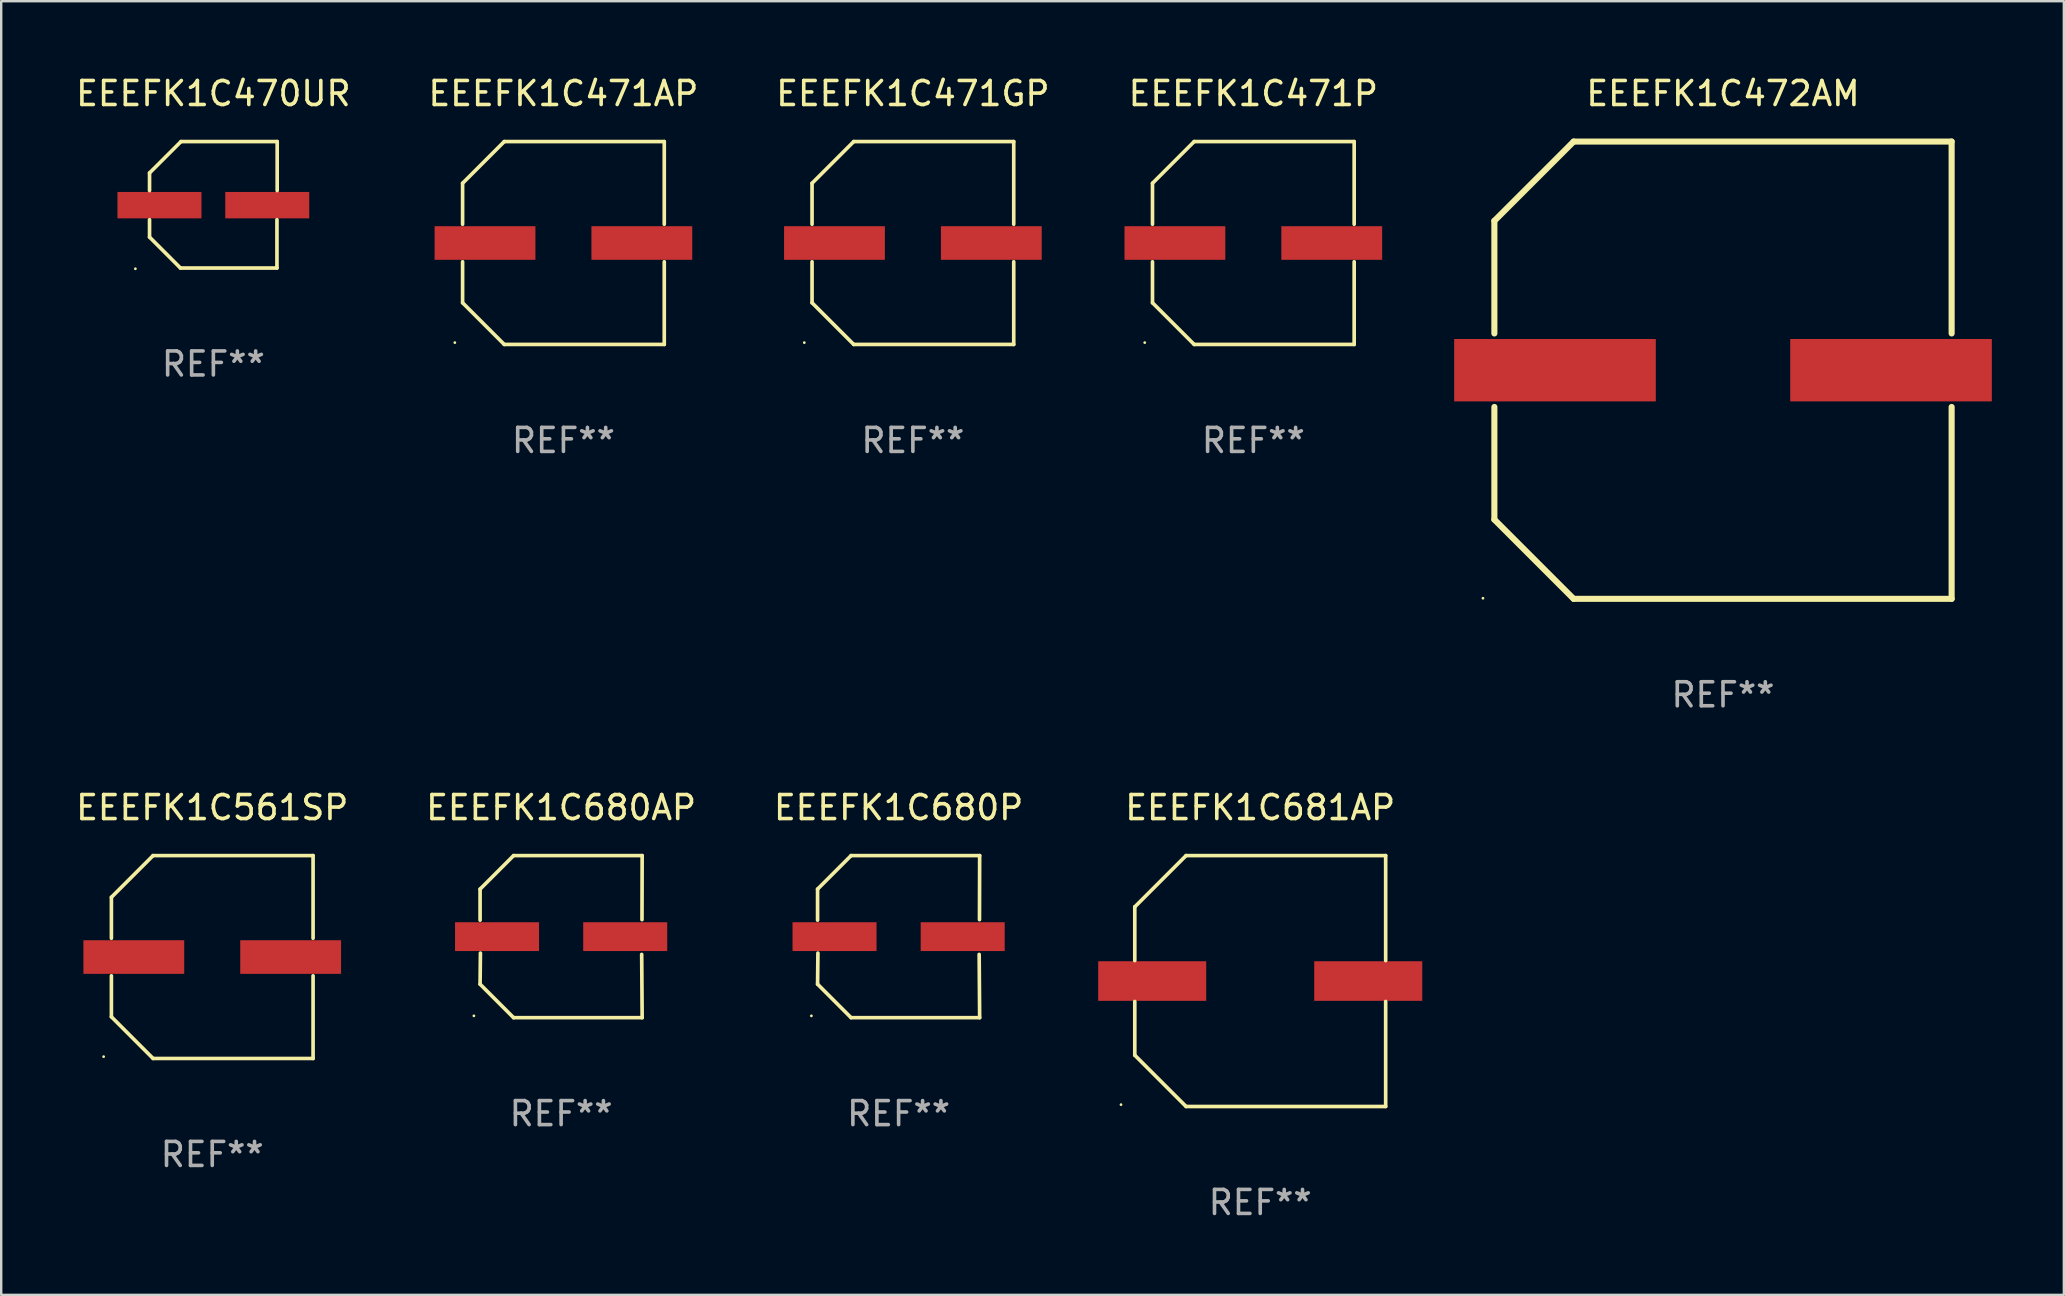
<source format=kicad_pcb>
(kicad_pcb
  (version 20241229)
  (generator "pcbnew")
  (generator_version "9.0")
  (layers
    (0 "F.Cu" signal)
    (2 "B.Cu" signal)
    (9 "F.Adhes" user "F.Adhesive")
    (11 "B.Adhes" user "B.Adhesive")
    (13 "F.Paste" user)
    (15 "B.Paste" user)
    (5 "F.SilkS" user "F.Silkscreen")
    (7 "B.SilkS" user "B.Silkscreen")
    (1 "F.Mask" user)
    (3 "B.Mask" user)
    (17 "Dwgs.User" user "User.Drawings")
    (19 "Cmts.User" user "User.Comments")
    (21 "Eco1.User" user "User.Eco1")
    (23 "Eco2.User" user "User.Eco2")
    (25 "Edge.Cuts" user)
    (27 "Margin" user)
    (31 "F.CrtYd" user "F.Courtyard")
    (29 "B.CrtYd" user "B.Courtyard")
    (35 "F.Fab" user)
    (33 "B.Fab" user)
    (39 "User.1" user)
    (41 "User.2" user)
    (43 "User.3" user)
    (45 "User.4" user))
  (footprint "EEEFK1C561SP"
    (layer "F.Cu")
    (at 5.792 36.821)
    (property "Reference" "EEEFK1C561SP" (at 0 -6.226 0) (layer "F.SilkS") (effects (font (size 1 1) (thickness 0.15))))
    (attr through_hole)
    (fp_line (start -4.201 -2.49) (end -4.201 -0.782) (stroke (width 0.152) (type solid)) (layer "F.SilkS"))
    (fp_line (start -4.201 2.49) (end -4.201 0.782) (stroke (width 0.152) (type solid)) (layer "F.SilkS"))
    (fp_line (start -2.465 -4.226) (end -4.201 -2.49) (stroke (width 0.152) (type solid)) (layer "F.SilkS"))
    (fp_line (start -2.465 4.226) (end -4.201 2.49) (stroke (width 0.152) (type solid)) (layer "F.SilkS"))
    (fp_line (start 4.201 -4.226) (end -2.465 -4.226) (stroke (width 0.152) (type solid)) (layer "F.SilkS"))
    (fp_line (start 4.201 -0.782) (end 4.201 -4.226) (stroke (width 0.152) (type solid)) (layer "F.SilkS"))
    (fp_line (start 4.201 0.782) (end 4.201 4.226) (stroke (width 0.152) (type solid)) (layer "F.SilkS"))
    (fp_line (start 4.201 4.226) (end -2.465 4.226) (stroke (width 0.152) (type solid)) (layer "F.SilkS"))
    (fp_circle (center -4.524 4.15) (end -4.494 4.15) (stroke (width 0.06) (type solid)) (fill no) (layer "F.SilkS"))
    (fp_text user "REF**" (at 0 8.226 0) (layer "F.Fab") (effects (font (size 1 1) (thickness 0.15))))
    (pad "1" smd rect (at -3.267 0) (size 4.2 1.4) (layers "F.Cu" "F.Mask" "F.Paste"))
    (pad "2" smd rect (at 3.267 0) (size 4.2 1.4) (layers "F.Cu" "F.Mask" "F.Paste")))
  (footprint "EEEFK1C470UR"
    (layer "F.Cu")
    (at 5.839 5.482)
    (property "Reference" "EEEFK1C470UR" (at 0 -4.634 0) (layer "F.SilkS") (effects (font (size 1 1) (thickness 0.15))))
    (attr through_hole)
    (fp_line (start -2.659 -1.326) (end -2.659 -0.592) (stroke (width 0.152) (type solid)) (layer "F.SilkS"))
    (fp_line (start -2.659 1.346) (end -2.659 0.622) (stroke (width 0.152) (type solid)) (layer "F.SilkS"))
    (fp_line (start -1.372 2.634) (end -2.659 1.346) (stroke (width 0.152) (type solid)) (layer "F.SilkS"))
    (fp_line (start -1.349 -2.634) (end -2.659 -1.326) (stroke (width 0.152) (type solid)) (layer "F.SilkS"))
    (fp_line (start 2.649 0.622) (end 2.649 2.634) (stroke (width 0.152) (type solid)) (layer "F.SilkS"))
    (fp_line (start 2.649 2.634) (end -1.372 2.634) (stroke (width 0.152) (type solid)) (layer "F.SilkS"))
    (fp_line (start 2.659 -2.634) (end -1.349 -2.634) (stroke (width 0.152) (type solid)) (layer "F.SilkS"))
    (fp_line (start 2.659 -0.592) (end 2.659 -2.634) (stroke (width 0.152) (type solid)) (layer "F.SilkS"))
    (fp_circle (center -3.249 2.665) (end -3.219 2.665) (stroke (width 0.06) (type solid)) (fill no) (layer "F.SilkS"))
    (fp_text user "REF**" (at 0 6.634 0) (layer "F.Fab") (effects (font (size 1 1) (thickness 0.15))))
    (pad "1" smd rect (at -2.245 0.015) (size 3.5 1.1) (layers "F.Cu" "F.Mask" "F.Paste"))
    (pad "2" smd rect (at 2.245 0.015) (size 3.5 1.1) (layers "F.Cu" "F.Mask" "F.Paste")))
  (footprint "EEEFK1C471GP"
    (layer "F.Cu")
    (at 34.982 7.074)
    (property "Reference" "EEEFK1C471GP" (at 0 -6.226 0) (layer "F.SilkS") (effects (font (size 1 1) (thickness 0.15))))
    (attr through_hole)
    (fp_line (start -4.201 -2.49) (end -4.201 -0.782) (stroke (width 0.152) (type solid)) (layer "F.SilkS"))
    (fp_line (start -4.201 2.49) (end -4.201 0.782) (stroke (width 0.152) (type solid)) (layer "F.SilkS"))
    (fp_line (start -2.465 -4.226) (end -4.201 -2.49) (stroke (width 0.152) (type solid)) (layer "F.SilkS"))
    (fp_line (start -2.465 4.226) (end -4.201 2.49) (stroke (width 0.152) (type solid)) (layer "F.SilkS"))
    (fp_line (start 4.201 -4.226) (end -2.465 -4.226) (stroke (width 0.152) (type solid)) (layer "F.SilkS"))
    (fp_line (start 4.201 -0.782) (end 4.201 -4.226) (stroke (width 0.152) (type solid)) (layer "F.SilkS"))
    (fp_line (start 4.201 0.782) (end 4.201 4.226) (stroke (width 0.152) (type solid)) (layer "F.SilkS"))
    (fp_line (start 4.201 4.226) (end -2.465 4.226) (stroke (width 0.152) (type solid)) (layer "F.SilkS"))
    (fp_circle (center -4.524 4.15) (end -4.494 4.15) (stroke (width 0.06) (type solid)) (fill no) (layer "F.SilkS"))
    (fp_text user "REF**" (at 0 8.226 0) (layer "F.Fab") (effects (font (size 1 1) (thickness 0.15))))
    (pad "1" smd rect (at -3.267 0) (size 4.2 1.4) (layers "F.Cu" "F.Mask" "F.Paste"))
    (pad "2" smd rect (at 3.267 0) (size 4.2 1.4) (layers "F.Cu" "F.Mask" "F.Paste")))
  (footprint "EEEFK1C680P"
    (layer "F.Cu")
    (at 34.387 35.971)
    (property "Reference" "EEEFK1C680P" (at 0 -5.376 0) (layer "F.SilkS") (effects (font (size 1 1) (thickness 0.15))))
    (attr through_hole)
    (fp_line (start -3.376 -1.98) (end -3.376 -0.686) (stroke (width 0.152) (type solid)) (layer "F.SilkS"))
    (fp_line (start -3.376 1.981) (end -3.362 0.686) (stroke (width 0.152) (type solid)) (layer "F.SilkS"))
    (fp_line (start -1.981 3.376) (end -3.376 1.981) (stroke (width 0.152) (type solid)) (layer "F.SilkS"))
    (fp_line (start -1.98 -3.376) (end -3.376 -1.98) (stroke (width 0.152) (type solid)) (layer "F.SilkS"))
    (fp_line (start 3.356 0.74) (end 3.376 3.376) (stroke (width 0.152) (type solid)) (layer "F.SilkS"))
    (fp_line (start 3.369 -0.707) (end 3.376 -3.376) (stroke (width 0.152) (type solid)) (layer "F.SilkS"))
    (fp_line (start 3.376 3.376) (end -1.981 3.376) (stroke (width 0.152) (type solid)) (layer "F.SilkS"))
    (fp_line (start 3.376 -3.376) (end -1.98 -3.376) (stroke (width 0.152) (type solid)) (layer "F.SilkS"))
    (fp_circle (center -3.634 3.3) (end -3.604 3.3) (stroke (width 0.06) (type solid)) (fill no) (layer "F.SilkS"))
    (fp_text user "REF**" (at 0 7.376 0) (layer "F.Fab") (effects (font (size 1 1) (thickness 0.15))))
    (pad "1" smd rect (at -2.67 0.000254) (size 3.5 1.2) (layers "F.Cu" "F.Mask" "F.Paste"))
    (pad "2" smd rect (at 2.67 0.000254) (size 3.5 1.2) (layers "F.Cu" "F.Mask" "F.Paste")))
  (footprint "EEEFK1C471P"
    (layer "F.Cu")
    (at 49.165 7.074)
    (property "Reference" "EEEFK1C471P" (at 0 -6.226 0) (layer "F.SilkS") (effects (font (size 1 1) (thickness 0.15))))
    (attr through_hole)
    (fp_line (start -4.201 -2.49) (end -4.201 -0.782) (stroke (width 0.152) (type solid)) (layer "F.SilkS"))
    (fp_line (start -4.201 2.49) (end -4.201 0.782) (stroke (width 0.152) (type solid)) (layer "F.SilkS"))
    (fp_line (start -2.465 -4.226) (end -4.201 -2.49) (stroke (width 0.152) (type solid)) (layer "F.SilkS"))
    (fp_line (start -2.465 4.226) (end -4.201 2.49) (stroke (width 0.152) (type solid)) (layer "F.SilkS"))
    (fp_line (start 4.201 -4.226) (end -2.465 -4.226) (stroke (width 0.152) (type solid)) (layer "F.SilkS"))
    (fp_line (start 4.201 -0.782) (end 4.201 -4.226) (stroke (width 0.152) (type solid)) (layer "F.SilkS"))
    (fp_line (start 4.201 0.782) (end 4.201 4.226) (stroke (width 0.152) (type solid)) (layer "F.SilkS"))
    (fp_line (start 4.201 4.226) (end -2.465 4.226) (stroke (width 0.152) (type solid)) (layer "F.SilkS"))
    (fp_circle (center -4.524 4.15) (end -4.494 4.15) (stroke (width 0.06) (type solid)) (fill no) (layer "F.SilkS"))
    (fp_text user "REF**" (at 0 8.226 0) (layer "F.Fab") (effects (font (size 1 1) (thickness 0.15))))
    (pad "1" smd rect (at -3.267 0) (size 4.2 1.4) (layers "F.Cu" "F.Mask" "F.Paste"))
    (pad "2" smd rect (at 3.267 0) (size 4.2 1.4) (layers "F.Cu" "F.Mask" "F.Paste")))
  (footprint "EEEFK1C681AP"
    (layer "F.Cu")
    (at 49.452 37.821)
    (property "Reference" "EEEFK1C681AP" (at 0 -7.226 0) (layer "F.SilkS") (effects (font (size 1 1) (thickness 0.15))))
    (attr through_hole)
    (fp_line (start -5.226 -3.09) (end -5.226 -0.852) (stroke (width 0.152) (type solid)) (layer "F.SilkS"))
    (fp_line (start -5.226 3.09) (end -5.226 0.852) (stroke (width 0.152) (type solid)) (layer "F.SilkS"))
    (fp_line (start -3.09 -5.226) (end -5.226 -3.09) (stroke (width 0.152) (type solid)) (layer "F.SilkS"))
    (fp_line (start -3.09 5.226) (end -5.226 3.09) (stroke (width 0.152) (type solid)) (layer "F.SilkS"))
    (fp_line (start 5.226 -5.226) (end -3.09 -5.226) (stroke (width 0.152) (type solid)) (layer "F.SilkS"))
    (fp_line (start 5.226 -0.852) (end 5.226 -5.226) (stroke (width 0.152) (type solid)) (layer "F.SilkS"))
    (fp_line (start 5.226 0.852) (end 5.226 5.226) (stroke (width 0.152) (type solid)) (layer "F.SilkS"))
    (fp_line (start 5.226 5.226) (end -3.09 5.226) (stroke (width 0.152) (type solid)) (layer "F.SilkS"))
    (fp_circle (center -5.8 5.15) (end -5.77 5.15) (stroke (width 0.06) (type solid)) (fill no) (layer "F.SilkS"))
    (fp_text user "REF**" (at 0 9.226 0) (layer "F.Fab") (effects (font (size 1 1) (thickness 0.15))))
    (pad "1" smd rect (at -4.5 0) (size 4.5 1.65) (layers "F.Cu" "F.Mask" "F.Paste"))
    (pad "2" smd rect (at 4.5 0) (size 4.5 1.65) (layers "F.Cu" "F.Mask" "F.Paste")))
  (footprint "EEEFK1C680AP"
    (layer "F.Cu")
    (at 20.327 35.971)
    (property "Reference" "EEEFK1C680AP" (at 0 -5.376 0) (layer "F.SilkS") (effects (font (size 1 1) (thickness 0.15))))
    (attr through_hole)
    (fp_line (start -3.376 -1.98) (end -3.376 -0.686) (stroke (width 0.152) (type solid)) (layer "F.SilkS"))
    (fp_line (start -3.376 1.981) (end -3.362 0.686) (stroke (width 0.152) (type solid)) (layer "F.SilkS"))
    (fp_line (start -1.981 3.376) (end -3.376 1.981) (stroke (width 0.152) (type solid)) (layer "F.SilkS"))
    (fp_line (start -1.98 -3.376) (end -3.376 -1.98) (stroke (width 0.152) (type solid)) (layer "F.SilkS"))
    (fp_line (start 3.356 0.74) (end 3.376 3.376) (stroke (width 0.152) (type solid)) (layer "F.SilkS"))
    (fp_line (start 3.369 -0.707) (end 3.376 -3.376) (stroke (width 0.152) (type solid)) (layer "F.SilkS"))
    (fp_line (start 3.376 3.376) (end -1.981 3.376) (stroke (width 0.152) (type solid)) (layer "F.SilkS"))
    (fp_line (start 3.376 -3.376) (end -1.98 -3.376) (stroke (width 0.152) (type solid)) (layer "F.SilkS"))
    (fp_circle (center -3.634 3.3) (end -3.604 3.3) (stroke (width 0.06) (type solid)) (fill no) (layer "F.SilkS"))
    (fp_text user "REF**" (at 0 7.376 0) (layer "F.Fab") (effects (font (size 1 1) (thickness 0.15))))
    (pad "1" smd rect (at -2.67 0.000254) (size 3.5 1.2) (layers "F.Cu" "F.Mask" "F.Paste"))
    (pad "2" smd rect (at 2.67 0.000254) (size 3.5 1.2) (layers "F.Cu" "F.Mask" "F.Paste")))
  (footprint "EEEFK1C472AM"
    (layer "F.Cu")
    (at 68.732 12.373)
    (property "Reference" "EEEFK1C472AM" (at 0 -11.525 0) (layer "F.SilkS") (effects (font (size 1 1) (thickness 0.15))))
    (attr through_hole)
    (fp_line (start -9.525 -6.223) (end -9.525 -1.531) (stroke (width 0.254) (type solid)) (layer "F.SilkS"))
    (fp_line (start -9.525 1.531) (end -9.525 6.223) (stroke (width 0.254) (type solid)) (layer "F.SilkS"))
    (fp_line (start -9.525 6.223) (end -6.223 9.525) (stroke (width 0.254) (type solid)) (layer "F.SilkS"))
    (fp_line (start -6.223 -9.525) (end -9.525 -6.223) (stroke (width 0.254) (type solid)) (layer "F.SilkS"))
    (fp_line (start -6.223 9.525) (end 9.525 9.525) (stroke (width 0.254) (type solid)) (layer "F.SilkS"))
    (fp_line (start 9.525 -9.525) (end -6.223 -9.525) (stroke (width 0.254) (type solid)) (layer "F.SilkS"))
    (fp_line (start 9.525 -1.531) (end 9.525 -9.525) (stroke (width 0.254) (type solid)) (layer "F.SilkS"))
    (fp_line (start 9.525 9.525) (end 9.525 1.531) (stroke (width 0.254) (type solid)) (layer "F.SilkS"))
    (fp_circle (center -10 9.5) (end -9.97 9.5) (stroke (width 0.06) (type solid)) (fill no) (layer "F.SilkS"))
    (fp_text user "REF**" (at 0 13.525 0) (layer "F.Fab") (effects (font (size 1 1) (thickness 0.15))))
    (pad "1" smd rect (at -7 0) (size 8.4 2.6) (layers "F.Cu" "F.Mask" "F.Paste"))
    (pad "2" smd rect (at 7 0) (size 8.4 2.6) (layers "F.Cu" "F.Mask" "F.Paste")))
  (footprint "EEEFK1C471AP"
    (layer "F.Cu")
    (at 20.423 7.074)
    (property "Reference" "EEEFK1C471AP" (at 0 -6.226 0) (layer "F.SilkS") (effects (font (size 1 1) (thickness 0.15))))
    (attr through_hole)
    (fp_line (start -4.201 -2.49) (end -4.201 -0.782) (stroke (width 0.152) (type solid)) (layer "F.SilkS"))
    (fp_line (start -4.201 2.49) (end -4.201 0.782) (stroke (width 0.152) (type solid)) (layer "F.SilkS"))
    (fp_line (start -2.465 -4.226) (end -4.201 -2.49) (stroke (width 0.152) (type solid)) (layer "F.SilkS"))
    (fp_line (start -2.465 4.226) (end -4.201 2.49) (stroke (width 0.152) (type solid)) (layer "F.SilkS"))
    (fp_line (start 4.201 -4.226) (end -2.465 -4.226) (stroke (width 0.152) (type solid)) (layer "F.SilkS"))
    (fp_line (start 4.201 -0.782) (end 4.201 -4.226) (stroke (width 0.152) (type solid)) (layer "F.SilkS"))
    (fp_line (start 4.201 0.782) (end 4.201 4.226) (stroke (width 0.152) (type solid)) (layer "F.SilkS"))
    (fp_line (start 4.201 4.226) (end -2.465 4.226) (stroke (width 0.152) (type solid)) (layer "F.SilkS"))
    (fp_circle (center -4.524 4.15) (end -4.494 4.15) (stroke (width 0.06) (type solid)) (fill no) (layer "F.SilkS"))
    (fp_text user "REF**" (at 0 8.226 0) (layer "F.Fab") (effects (font (size 1 1) (thickness 0.15))))
    (pad "1" smd rect (at -3.267 0) (size 4.2 1.4) (layers "F.Cu" "F.Mask" "F.Paste"))
    (pad "2" smd rect (at 3.267 0) (size 4.2 1.4) (layers "F.Cu" "F.Mask" "F.Paste")))
  (gr_rect
    (start -3 -3)
    (end 82.932 50.896)
    (stroke (width 0.1) (type default))
    (fill no)
    (layer "Edge.Cuts")))
</source>
